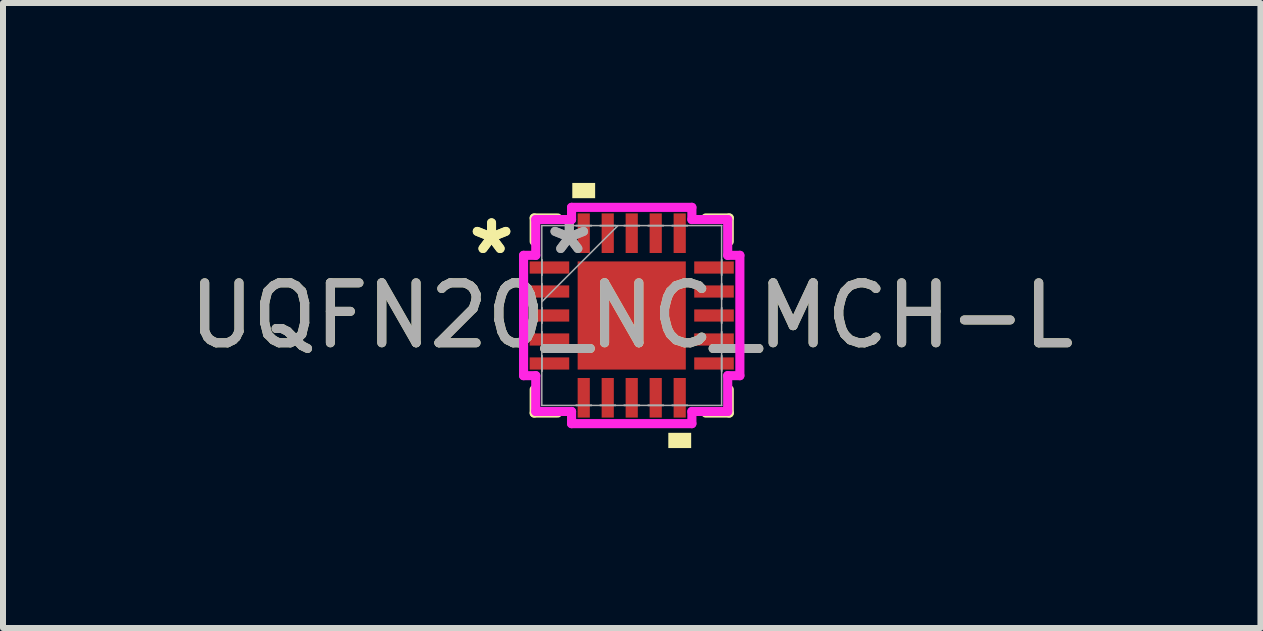
<source format=kicad_pcb>
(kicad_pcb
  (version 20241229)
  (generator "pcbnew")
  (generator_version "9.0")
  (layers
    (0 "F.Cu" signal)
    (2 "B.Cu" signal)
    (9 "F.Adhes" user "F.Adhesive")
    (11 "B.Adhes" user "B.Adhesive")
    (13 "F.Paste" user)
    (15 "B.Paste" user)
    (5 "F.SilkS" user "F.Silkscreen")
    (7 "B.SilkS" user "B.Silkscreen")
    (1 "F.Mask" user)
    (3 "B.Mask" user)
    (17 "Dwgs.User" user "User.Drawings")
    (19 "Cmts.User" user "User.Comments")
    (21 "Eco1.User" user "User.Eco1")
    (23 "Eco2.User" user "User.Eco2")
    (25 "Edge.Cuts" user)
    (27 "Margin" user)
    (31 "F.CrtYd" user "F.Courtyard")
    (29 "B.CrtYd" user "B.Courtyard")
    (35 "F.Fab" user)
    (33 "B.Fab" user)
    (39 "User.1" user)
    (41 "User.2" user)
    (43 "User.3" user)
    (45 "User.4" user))
  (footprint "UQFN20_NC_MCH-L"
    (layer "F.Cu")
    (at 7.482 2.21)
    (property "Reference" "UQFN20_NC_MCH-L" (at 0 0 0) (unlocked yes) (layer "F.SilkS") (effects (font (size 1 1) (thickness 0.15))))
    (attr smd)
    (fp_line (start -1.626 -1.626) (end -1.626 -1.234) (stroke (width 0.152) (type solid)) (layer "F.SilkS"))
    (fp_line (start -1.626 1.234) (end -1.626 1.626) (stroke (width 0.152) (type solid)) (layer "F.SilkS"))
    (fp_line (start -1.626 1.626) (end -1.234 1.626) (stroke (width 0.152) (type solid)) (layer "F.SilkS"))
    (fp_line (start -1.234 -1.626) (end -1.626 -1.626) (stroke (width 0.152) (type solid)) (layer "F.SilkS"))
    (fp_line (start 1.234 1.626) (end 1.626 1.626) (stroke (width 0.152) (type solid)) (layer "F.SilkS"))
    (fp_line (start 1.626 -1.626) (end 1.234 -1.626) (stroke (width 0.152) (type solid)) (layer "F.SilkS"))
    (fp_line (start 1.626 -1.234) (end 1.626 -1.626) (stroke (width 0.152) (type solid)) (layer "F.SilkS"))
    (fp_line (start 1.626 1.626) (end 1.626 1.234) (stroke (width 0.152) (type solid)) (layer "F.SilkS"))
    (fp_poly (pts (xy -0.991 -1.956) (xy -0.991 -2.21) (xy -0.61 -2.21) (xy -0.61 -1.956)) (stroke (width 0) (type solid)) (fill yes) (layer "F.SilkS"))
    (fp_poly (pts (xy 0.61 1.956) (xy 0.61 2.21) (xy 0.991 2.21) (xy 0.991 1.956)) (stroke (width 0) (type solid)) (fill yes) (layer "F.SilkS"))
    (fp_line (start -1.803 -1.003) (end -1.6 -1.003) (stroke (width 0.152) (type solid)) (layer "F.CrtYd"))
    (fp_line (start -1.803 1.003) (end -1.803 -1.003) (stroke (width 0.152) (type solid)) (layer "F.CrtYd"))
    (fp_line (start -1.6 -1.6) (end -1.003 -1.6) (stroke (width 0.152) (type solid)) (layer "F.CrtYd"))
    (fp_line (start -1.6 -1.003) (end -1.6 -1.6) (stroke (width 0.152) (type solid)) (layer "F.CrtYd"))
    (fp_line (start -1.6 1.003) (end -1.803 1.003) (stroke (width 0.152) (type solid)) (layer "F.CrtYd"))
    (fp_line (start -1.6 1.6) (end -1.6 1.003) (stroke (width 0.152) (type solid)) (layer "F.CrtYd"))
    (fp_line (start -1.003 -1.803) (end 1.003 -1.803) (stroke (width 0.152) (type solid)) (layer "F.CrtYd"))
    (fp_line (start -1.003 -1.6) (end -1.003 -1.803) (stroke (width 0.152) (type solid)) (layer "F.CrtYd"))
    (fp_line (start -1.003 1.6) (end -1.6 1.6) (stroke (width 0.152) (type solid)) (layer "F.CrtYd"))
    (fp_line (start -1.003 1.803) (end -1.003 1.6) (stroke (width 0.152) (type solid)) (layer "F.CrtYd"))
    (fp_line (start 1.003 -1.803) (end 1.003 -1.6) (stroke (width 0.152) (type solid)) (layer "F.CrtYd"))
    (fp_line (start 1.003 -1.6) (end 1.6 -1.6) (stroke (width 0.152) (type solid)) (layer "F.CrtYd"))
    (fp_line (start 1.003 1.6) (end 1.003 1.803) (stroke (width 0.152) (type solid)) (layer "F.CrtYd"))
    (fp_line (start 1.003 1.803) (end -1.003 1.803) (stroke (width 0.152) (type solid)) (layer "F.CrtYd"))
    (fp_line (start 1.6 -1.6) (end 1.6 -1.003) (stroke (width 0.152) (type solid)) (layer "F.CrtYd"))
    (fp_line (start 1.6 -1.003) (end 1.803 -1.003) (stroke (width 0.152) (type solid)) (layer "F.CrtYd"))
    (fp_line (start 1.6 1.003) (end 1.6 1.6) (stroke (width 0.152) (type solid)) (layer "F.CrtYd"))
    (fp_line (start 1.6 1.6) (end 1.003 1.6) (stroke (width 0.152) (type solid)) (layer "F.CrtYd"))
    (fp_line (start 1.803 -1.003) (end 1.803 1.003) (stroke (width 0.152) (type solid)) (layer "F.CrtYd"))
    (fp_line (start 1.803 1.003) (end 1.6 1.003) (stroke (width 0.152) (type solid)) (layer "F.CrtYd"))
    (fp_line (start -1.499 -1.499) (end -1.499 -1.499) (stroke (width 0.025) (type solid)) (layer "F.Fab"))
    (fp_line (start -1.499 -1.499) (end -1.499 1.499) (stroke (width 0.025) (type solid)) (layer "F.Fab"))
    (fp_line (start -1.499 -0.927) (end -1.499 -0.927) (stroke (width 0.025) (type solid)) (layer "F.Fab"))
    (fp_line (start -1.499 -0.927) (end -1.499 -0.673) (stroke (width 0.025) (type solid)) (layer "F.Fab"))
    (fp_line (start -1.499 -0.673) (end -1.499 -0.927) (stroke (width 0.025) (type solid)) (layer "F.Fab"))
    (fp_line (start -1.499 -0.673) (end -1.499 -0.673) (stroke (width 0.025) (type solid)) (layer "F.Fab"))
    (fp_line (start -1.499 -0.527) (end -1.499 -0.527) (stroke (width 0.025) (type solid)) (layer "F.Fab"))
    (fp_line (start -1.499 -0.527) (end -1.499 -0.273) (stroke (width 0.025) (type solid)) (layer "F.Fab"))
    (fp_line (start -1.499 -0.273) (end -1.499 -0.527) (stroke (width 0.025) (type solid)) (layer "F.Fab"))
    (fp_line (start -1.499 -0.273) (end -1.499 -0.273) (stroke (width 0.025) (type solid)) (layer "F.Fab"))
    (fp_line (start -1.499 -0.229) (end -0.229 -1.499) (stroke (width 0.025) (type solid)) (layer "F.Fab"))
    (fp_line (start -1.499 -0.127) (end -1.499 -0.127) (stroke (width 0.025) (type solid)) (layer "F.Fab"))
    (fp_line (start -1.499 -0.127) (end -1.499 0.127) (stroke (width 0.025) (type solid)) (layer "F.Fab"))
    (fp_line (start -1.499 0.127) (end -1.499 -0.127) (stroke (width 0.025) (type solid)) (layer "F.Fab"))
    (fp_line (start -1.499 0.127) (end -1.499 0.127) (stroke (width 0.025) (type solid)) (layer "F.Fab"))
    (fp_line (start -1.499 0.273) (end -1.499 0.273) (stroke (width 0.025) (type solid)) (layer "F.Fab"))
    (fp_line (start -1.499 0.273) (end -1.499 0.527) (stroke (width 0.025) (type solid)) (layer "F.Fab"))
    (fp_line (start -1.499 0.527) (end -1.499 0.273) (stroke (width 0.025) (type solid)) (layer "F.Fab"))
    (fp_line (start -1.499 0.527) (end -1.499 0.527) (stroke (width 0.025) (type solid)) (layer "F.Fab"))
    (fp_line (start -1.499 0.673) (end -1.499 0.673) (stroke (width 0.025) (type solid)) (layer "F.Fab"))
    (fp_line (start -1.499 0.673) (end -1.499 0.927) (stroke (width 0.025) (type solid)) (layer "F.Fab"))
    (fp_line (start -1.499 0.927) (end -1.499 0.673) (stroke (width 0.025) (type solid)) (layer "F.Fab"))
    (fp_line (start -1.499 0.927) (end -1.499 0.927) (stroke (width 0.025) (type solid)) (layer "F.Fab"))
    (fp_line (start -1.499 1.499) (end -1.499 1.499) (stroke (width 0.025) (type solid)) (layer "F.Fab"))
    (fp_line (start -1.499 1.499) (end 1.499 1.499) (stroke (width 0.025) (type solid)) (layer "F.Fab"))
    (fp_line (start -0.927 -1.499) (end -0.927 -1.499) (stroke (width 0.025) (type solid)) (layer "F.Fab"))
    (fp_line (start -0.927 -1.499) (end -0.673 -1.499) (stroke (width 0.025) (type solid)) (layer "F.Fab"))
    (fp_line (start -0.927 1.499) (end -0.927 1.499) (stroke (width 0.025) (type solid)) (layer "F.Fab"))
    (fp_line (start -0.927 1.499) (end -0.673 1.499) (stroke (width 0.025) (type solid)) (layer "F.Fab"))
    (fp_line (start -0.673 -1.499) (end -0.927 -1.499) (stroke (width 0.025) (type solid)) (layer "F.Fab"))
    (fp_line (start -0.673 -1.499) (end -0.673 -1.499) (stroke (width 0.025) (type solid)) (layer "F.Fab"))
    (fp_line (start -0.673 1.499) (end -0.927 1.499) (stroke (width 0.025) (type solid)) (layer "F.Fab"))
    (fp_line (start -0.673 1.499) (end -0.673 1.499) (stroke (width 0.025) (type solid)) (layer "F.Fab"))
    (fp_line (start -0.527 -1.499) (end -0.527 -1.499) (stroke (width 0.025) (type solid)) (layer "F.Fab"))
    (fp_line (start -0.527 -1.499) (end -0.273 -1.499) (stroke (width 0.025) (type solid)) (layer "F.Fab"))
    (fp_line (start -0.527 1.499) (end -0.527 1.499) (stroke (width 0.025) (type solid)) (layer "F.Fab"))
    (fp_line (start -0.527 1.499) (end -0.273 1.499) (stroke (width 0.025) (type solid)) (layer "F.Fab"))
    (fp_line (start -0.273 -1.499) (end -0.527 -1.499) (stroke (width 0.025) (type solid)) (layer "F.Fab"))
    (fp_line (start -0.273 -1.499) (end -0.273 -1.499) (stroke (width 0.025) (type solid)) (layer "F.Fab"))
    (fp_line (start -0.273 1.499) (end -0.527 1.499) (stroke (width 0.025) (type solid)) (layer "F.Fab"))
    (fp_line (start -0.273 1.499) (end -0.273 1.499) (stroke (width 0.025) (type solid)) (layer "F.Fab"))
    (fp_line (start -0.127 -1.499) (end -0.127 -1.499) (stroke (width 0.025) (type solid)) (layer "F.Fab"))
    (fp_line (start -0.127 -1.499) (end 0.127 -1.499) (stroke (width 0.025) (type solid)) (layer "F.Fab"))
    (fp_line (start -0.127 1.499) (end -0.127 1.499) (stroke (width 0.025) (type solid)) (layer "F.Fab"))
    (fp_line (start -0.127 1.499) (end 0.127 1.499) (stroke (width 0.025) (type solid)) (layer "F.Fab"))
    (fp_line (start 0.127 -1.499) (end -0.127 -1.499) (stroke (width 0.025) (type solid)) (layer "F.Fab"))
    (fp_line (start 0.127 -1.499) (end 0.127 -1.499) (stroke (width 0.025) (type solid)) (layer "F.Fab"))
    (fp_line (start 0.127 1.499) (end -0.127 1.499) (stroke (width 0.025) (type solid)) (layer "F.Fab"))
    (fp_line (start 0.127 1.499) (end 0.127 1.499) (stroke (width 0.025) (type solid)) (layer "F.Fab"))
    (fp_line (start 0.273 -1.499) (end 0.273 -1.499) (stroke (width 0.025) (type solid)) (layer "F.Fab"))
    (fp_line (start 0.273 -1.499) (end 0.527 -1.499) (stroke (width 0.025) (type solid)) (layer "F.Fab"))
    (fp_line (start 0.273 1.499) (end 0.273 1.499) (stroke (width 0.025) (type solid)) (layer "F.Fab"))
    (fp_line (start 0.273 1.499) (end 0.527 1.499) (stroke (width 0.025) (type solid)) (layer "F.Fab"))
    (fp_line (start 0.527 -1.499) (end 0.273 -1.499) (stroke (width 0.025) (type solid)) (layer "F.Fab"))
    (fp_line (start 0.527 -1.499) (end 0.527 -1.499) (stroke (width 0.025) (type solid)) (layer "F.Fab"))
    (fp_line (start 0.527 1.499) (end 0.273 1.499) (stroke (width 0.025) (type solid)) (layer "F.Fab"))
    (fp_line (start 0.527 1.499) (end 0.527 1.499) (stroke (width 0.025) (type solid)) (layer "F.Fab"))
    (fp_line (start 0.673 -1.499) (end 0.673 -1.499) (stroke (width 0.025) (type solid)) (layer "F.Fab"))
    (fp_line (start 0.673 -1.499) (end 0.927 -1.499) (stroke (width 0.025) (type solid)) (layer "F.Fab"))
    (fp_line (start 0.673 1.499) (end 0.673 1.499) (stroke (width 0.025) (type solid)) (layer "F.Fab"))
    (fp_line (start 0.673 1.499) (end 0.927 1.499) (stroke (width 0.025) (type solid)) (layer "F.Fab"))
    (fp_line (start 0.927 -1.499) (end 0.673 -1.499) (stroke (width 0.025) (type solid)) (layer "F.Fab"))
    (fp_line (start 0.927 -1.499) (end 0.927 -1.499) (stroke (width 0.025) (type solid)) (layer "F.Fab"))
    (fp_line (start 0.927 1.499) (end 0.673 1.499) (stroke (width 0.025) (type solid)) (layer "F.Fab"))
    (fp_line (start 0.927 1.499) (end 0.927 1.499) (stroke (width 0.025) (type solid)) (layer "F.Fab"))
    (fp_line (start 1.499 -1.499) (end -1.499 -1.499) (stroke (width 0.025) (type solid)) (layer "F.Fab"))
    (fp_line (start 1.499 -1.499) (end 1.499 -1.499) (stroke (width 0.025) (type solid)) (layer "F.Fab"))
    (fp_line (start 1.499 -0.927) (end 1.499 -0.927) (stroke (width 0.025) (type solid)) (layer "F.Fab"))
    (fp_line (start 1.499 -0.927) (end 1.499 -0.673) (stroke (width 0.025) (type solid)) (layer "F.Fab"))
    (fp_line (start 1.499 -0.673) (end 1.499 -0.927) (stroke (width 0.025) (type solid)) (layer "F.Fab"))
    (fp_line (start 1.499 -0.673) (end 1.499 -0.673) (stroke (width 0.025) (type solid)) (layer "F.Fab"))
    (fp_line (start 1.499 -0.527) (end 1.499 -0.527) (stroke (width 0.025) (type solid)) (layer "F.Fab"))
    (fp_line (start 1.499 -0.527) (end 1.499 -0.273) (stroke (width 0.025) (type solid)) (layer "F.Fab"))
    (fp_line (start 1.499 -0.273) (end 1.499 -0.527) (stroke (width 0.025) (type solid)) (layer "F.Fab"))
    (fp_line (start 1.499 -0.273) (end 1.499 -0.273) (stroke (width 0.025) (type solid)) (layer "F.Fab"))
    (fp_line (start 1.499 -0.127) (end 1.499 -0.127) (stroke (width 0.025) (type solid)) (layer "F.Fab"))
    (fp_line (start 1.499 -0.127) (end 1.499 0.127) (stroke (width 0.025) (type solid)) (layer "F.Fab"))
    (fp_line (start 1.499 0.127) (end 1.499 -0.127) (stroke (width 0.025) (type solid)) (layer "F.Fab"))
    (fp_line (start 1.499 0.127) (end 1.499 0.127) (stroke (width 0.025) (type solid)) (layer "F.Fab"))
    (fp_line (start 1.499 0.273) (end 1.499 0.273) (stroke (width 0.025) (type solid)) (layer "F.Fab"))
    (fp_line (start 1.499 0.273) (end 1.499 0.527) (stroke (width 0.025) (type solid)) (layer "F.Fab"))
    (fp_line (start 1.499 0.527) (end 1.499 0.273) (stroke (width 0.025) (type solid)) (layer "F.Fab"))
    (fp_line (start 1.499 0.527) (end 1.499 0.527) (stroke (width 0.025) (type solid)) (layer "F.Fab"))
    (fp_line (start 1.499 0.673) (end 1.499 0.673) (stroke (width 0.025) (type solid)) (layer "F.Fab"))
    (fp_line (start 1.499 0.673) (end 1.499 0.927) (stroke (width 0.025) (type solid)) (layer "F.Fab"))
    (fp_line (start 1.499 0.927) (end 1.499 0.673) (stroke (width 0.025) (type solid)) (layer "F.Fab"))
    (fp_line (start 1.499 0.927) (end 1.499 0.927) (stroke (width 0.025) (type solid)) (layer "F.Fab"))
    (fp_line (start 1.499 1.499) (end 1.499 -1.499) (stroke (width 0.025) (type solid)) (layer "F.Fab"))
    (fp_line (start 1.499 1.499) (end 1.499 1.499) (stroke (width 0.025) (type solid)) (layer "F.Fab"))
    (fp_text user "*" (at -2.337 -1 0) (layer "F.SilkS") (effects (font (size 1 1) (thickness 0.15))))
    (fp_text user "*" (at -2.337 -1 0) (unlocked yes) (layer "F.SilkS") (effects (font (size 1 1) (thickness 0.15))))
    (fp_text user "${REFERENCE}" (at 0 0 0) (unlocked yes) (layer "F.Fab") (effects (font (size 1 1) (thickness 0.15))))
    (fp_text user "*" (at -1.041 -1 0) (layer "F.Fab") (effects (font (size 1 1) (thickness 0.15))))
    (fp_text user "*" (at -1.041 -1 0) (unlocked yes) (layer "F.Fab") (effects (font (size 1 1) (thickness 0.15))))
    (pad "1" smd rect (at -1.372 -0.8 90) (size 0.203 0.66) (layers "F.Cu" "F.Mask" "F.Paste"))
    (pad "2" smd rect (at -1.372 -0.4 90) (size 0.203 0.66) (layers "F.Cu" "F.Mask" "F.Paste"))
    (pad "3" smd rect (at -1.372 0 90) (size 0.203 0.66) (layers "F.Cu" "F.Mask" "F.Paste"))
    (pad "4" smd rect (at -1.372 0.4 90) (size 0.203 0.66) (layers "F.Cu" "F.Mask" "F.Paste"))
    (pad "5" smd rect (at -1.372 0.8 90) (size 0.203 0.66) (layers "F.Cu" "F.Mask" "F.Paste"))
    (pad "6" smd rect (at -0.8 1.372) (size 0.203 0.66) (layers "F.Cu" "F.Mask" "F.Paste"))
    (pad "7" smd rect (at -0.4 1.372) (size 0.203 0.66) (layers "F.Cu" "F.Mask" "F.Paste"))
    (pad "8" smd rect (at 0 1.372) (size 0.203 0.66) (layers "F.Cu" "F.Mask" "F.Paste"))
    (pad "9" smd rect (at 0.4 1.372) (size 0.203 0.66) (layers "F.Cu" "F.Mask" "F.Paste"))
    (pad "10" smd rect (at 0.8 1.372) (size 0.203 0.66) (layers "F.Cu" "F.Mask" "F.Paste"))
    (pad "11" smd rect (at 1.372 0.8 90) (size 0.203 0.66) (layers "F.Cu" "F.Mask" "F.Paste"))
    (pad "12" smd rect (at 1.372 0.4 90) (size 0.203 0.66) (layers "F.Cu" "F.Mask" "F.Paste"))
    (pad "13" smd rect (at 1.372 0 90) (size 0.203 0.66) (layers "F.Cu" "F.Mask" "F.Paste"))
    (pad "14" smd rect (at 1.372 -0.4 90) (size 0.203 0.66) (layers "F.Cu" "F.Mask" "F.Paste"))
    (pad "15" smd rect (at 1.372 -0.8 90) (size 0.203 0.66) (layers "F.Cu" "F.Mask" "F.Paste"))
    (pad "16" smd rect (at 0.8 -1.372) (size 0.203 0.66) (layers "F.Cu" "F.Mask" "F.Paste"))
    (pad "17" smd rect (at 0.4 -1.372) (size 0.203 0.66) (layers "F.Cu" "F.Mask" "F.Paste"))
    (pad "18" smd rect (at 0 -1.372) (size 0.203 0.66) (layers "F.Cu" "F.Mask" "F.Paste"))
    (pad "19" smd rect (at -0.4 -1.372) (size 0.203 0.66) (layers "F.Cu" "F.Mask" "F.Paste"))
    (pad "20" smd rect (at -0.8 -1.372) (size 0.203 0.66) (layers "F.Cu" "F.Mask" "F.Paste"))
    (pad "21" smd rect (at 0 0) (size 1.803 1.803) (layers "F.Cu" "F.Mask" "F.Paste")))
  (gr_rect
    (start -3 -3)
    (end 17.964 7.42)
    (stroke (width 0.1) (type default))
    (fill no)
    (layer "Edge.Cuts")))
</source>
